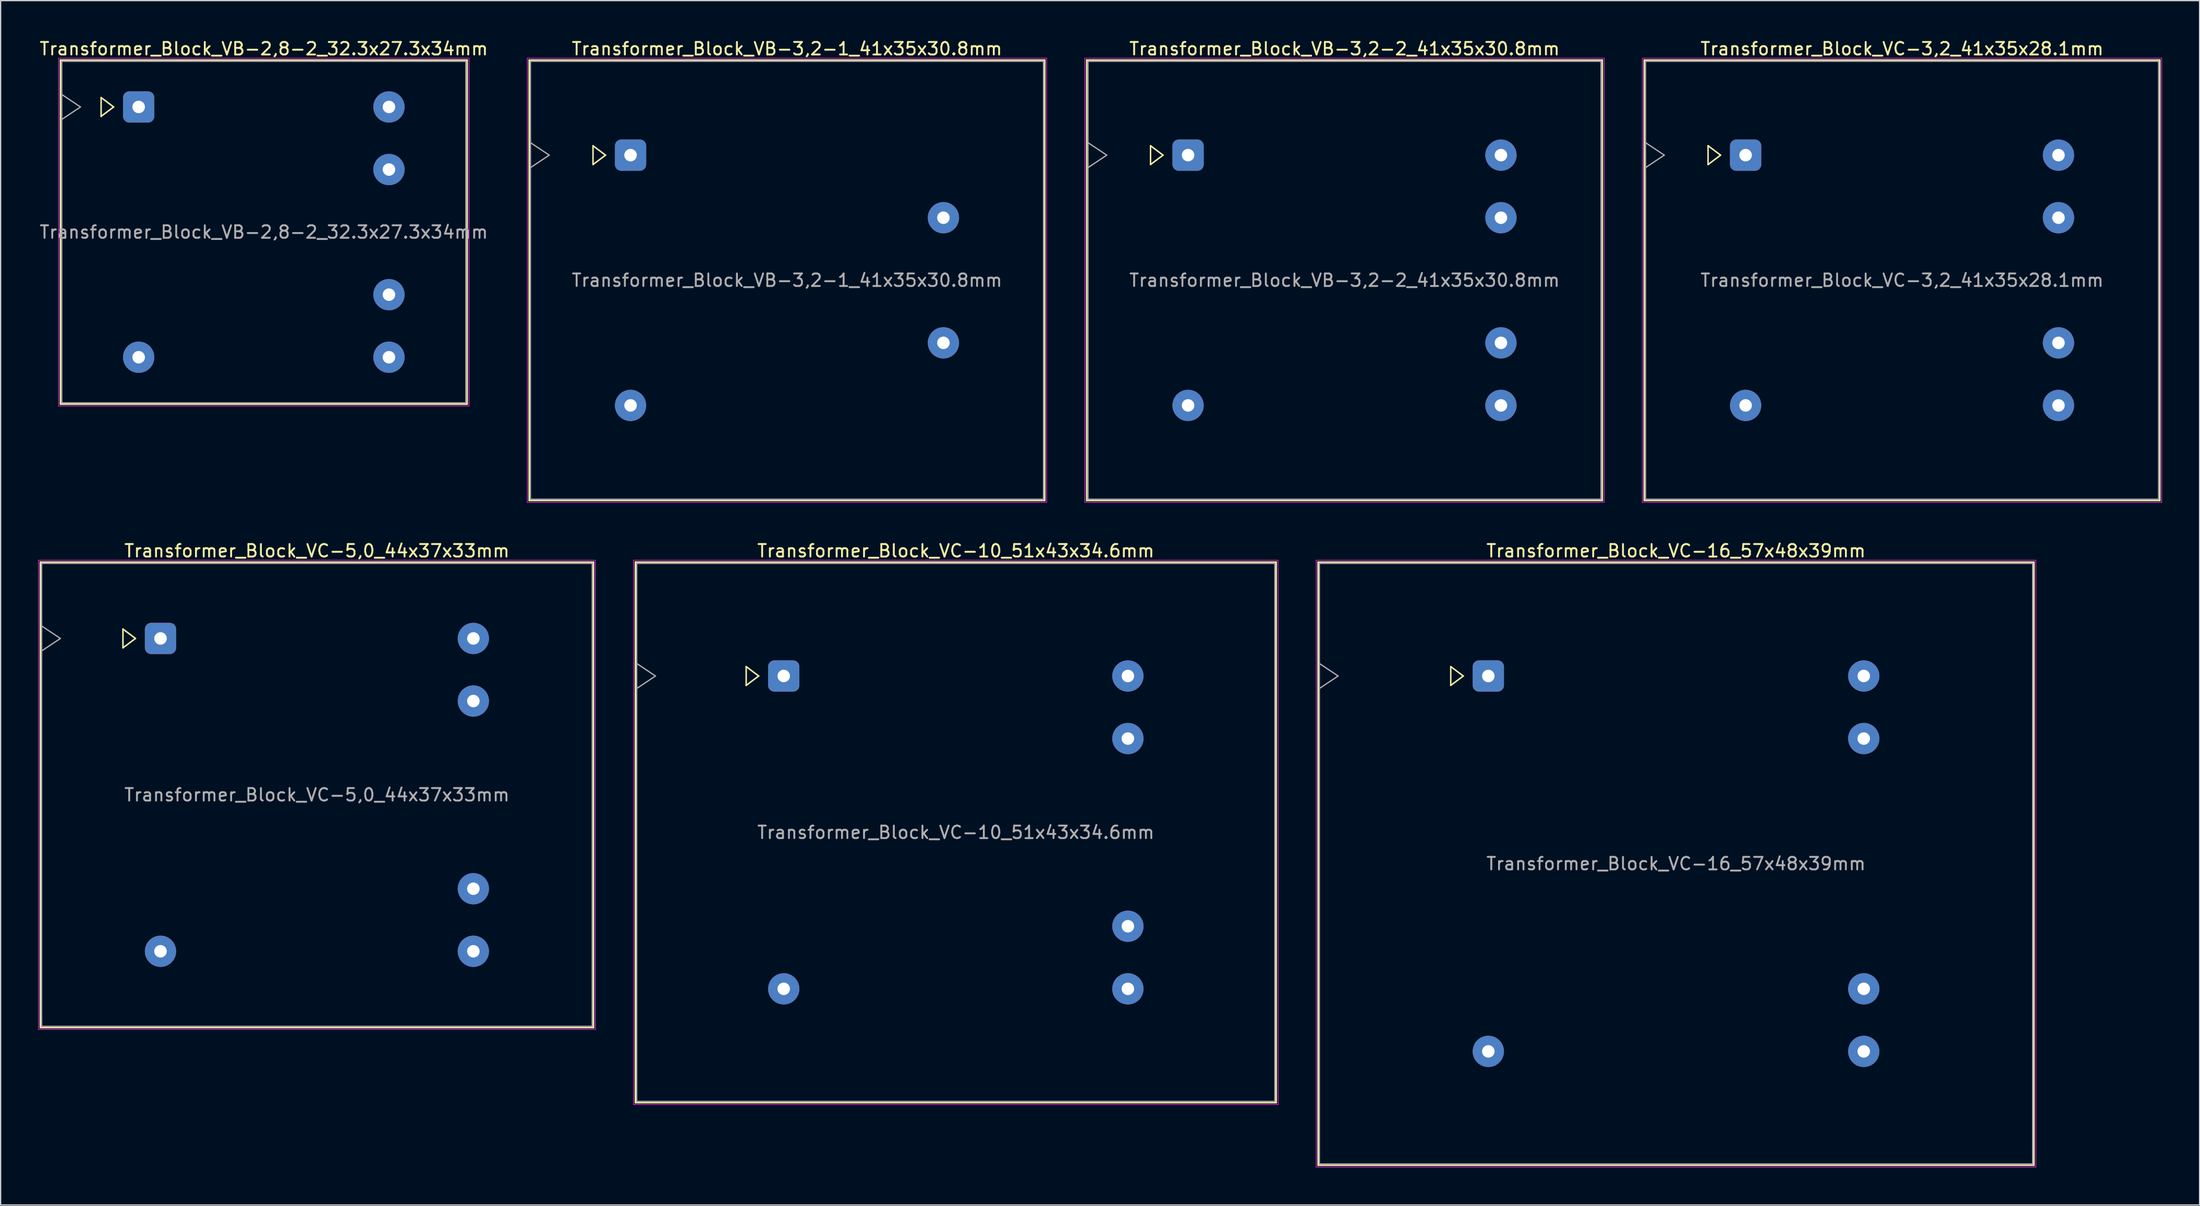
<source format=kicad_pcb>
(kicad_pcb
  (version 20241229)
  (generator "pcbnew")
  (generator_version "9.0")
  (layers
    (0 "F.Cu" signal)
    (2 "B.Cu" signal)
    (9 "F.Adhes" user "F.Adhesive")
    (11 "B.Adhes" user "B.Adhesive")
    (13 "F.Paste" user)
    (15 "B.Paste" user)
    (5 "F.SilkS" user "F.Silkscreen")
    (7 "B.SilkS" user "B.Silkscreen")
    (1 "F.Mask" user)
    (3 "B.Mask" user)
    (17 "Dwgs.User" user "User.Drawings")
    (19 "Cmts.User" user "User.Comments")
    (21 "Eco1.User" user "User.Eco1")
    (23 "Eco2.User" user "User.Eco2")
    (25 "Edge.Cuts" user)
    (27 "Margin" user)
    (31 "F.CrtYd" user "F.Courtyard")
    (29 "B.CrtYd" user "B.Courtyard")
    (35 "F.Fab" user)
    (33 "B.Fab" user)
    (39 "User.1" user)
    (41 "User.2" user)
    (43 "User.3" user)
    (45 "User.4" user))
  (footprint "Transformer_Block_VB-2,8-2_32.3x27.3x34mm"
    (layer "F.Cu")
    (at 8.03 5.498)
    (property "Reference" "Transformer_Block_VB-2,8-2_32.3x27.3x34mm" (at 10 -4.65 0) (layer "F.SilkS") (effects (font (size 1 1) (thickness 0.15))))
    (attr through_hole)
    (fp_line (start -6.25 -3.75) (end -6.25 23.75) (stroke (width 0.12) (type solid)) (layer "F.SilkS"))
    (fp_line (start -6.25 23.75) (end 26.25 23.75) (stroke (width 0.12) (type solid)) (layer "F.SilkS"))
    (fp_line (start -3 -0.75) (end -2 0) (stroke (width 0.12) (type solid)) (layer "F.SilkS"))
    (fp_line (start -3 0.75) (end -3 -0.75) (stroke (width 0.12) (type solid)) (layer "F.SilkS"))
    (fp_line (start -2 0) (end -3 0.75) (stroke (width 0.12) (type solid)) (layer "F.SilkS"))
    (fp_line (start 26.25 -3.75) (end -6.25 -3.75) (stroke (width 0.12) (type solid)) (layer "F.SilkS"))
    (fp_line (start 26.25 23.75) (end 26.25 -3.75) (stroke (width 0.12) (type solid)) (layer "F.SilkS"))
    (fp_line (start -6.4 -3.9) (end -6.4 23.9) (stroke (width 0.05) (type solid)) (layer "F.CrtYd"))
    (fp_line (start -6.4 23.9) (end 26.4 23.9) (stroke (width 0.05) (type solid)) (layer "F.CrtYd"))
    (fp_line (start 26.4 -3.9) (end -6.4 -3.9) (stroke (width 0.05) (type solid)) (layer "F.CrtYd"))
    (fp_line (start 26.4 23.9) (end 26.4 -3.9) (stroke (width 0.05) (type solid)) (layer "F.CrtYd"))
    (fp_line (start -6.15 -3.65) (end -6.15 23.65) (stroke (width 0.1) (type solid)) (layer "F.Fab"))
    (fp_line (start -6.15 -1) (end -4.65 0) (stroke (width 0.1) (type solid)) (layer "F.Fab"))
    (fp_line (start -6.15 23.65) (end 26.15 23.65) (stroke (width 0.1) (type solid)) (layer "F.Fab"))
    (fp_line (start -4.65 0) (end -6.15 1) (stroke (width 0.1) (type solid)) (layer "F.Fab"))
    (fp_line (start 26.15 -3.65) (end -6.15 -3.65) (stroke (width 0.1) (type solid)) (layer "F.Fab"))
    (fp_line (start 26.15 23.65) (end 26.15 -3.65) (stroke (width 0.1) (type solid)) (layer "F.Fab"))
    (fp_text user "${REFERENCE}" (at 10 10 0) (layer "F.Fab") (effects (font (size 1 1) (thickness 0.15))))
    (pad "1" thru_hole roundrect (at 0 0) (size 2.5 2.5) (drill 1) (layers "*.Cu" "*.Mask") (roundrect_rratio 0.2))
    (pad "2" thru_hole circle (at 0 20) (size 2.5 2.5) (drill 1) (layers "*.Cu" "*.Mask"))
    (pad "3" thru_hole circle (at 20 20) (size 2.5 2.5) (drill 1) (layers "*.Cu" "*.Mask"))
    (pad "4" thru_hole circle (at 20 15) (size 2.5 2.5) (drill 1) (layers "*.Cu" "*.Mask"))
    (pad "5" thru_hole circle (at 20 5) (size 2.5 2.5) (drill 1) (layers "*.Cu" "*.Mask"))
    (pad "6" thru_hole circle (at 20 0) (size 2.5 2.5) (drill 1) (layers "*.Cu" "*.Mask")))
  (footprint "Transformer_Block_VC-5,0_44x37x33mm"
    (layer "F.Cu")
    (at 9.775 47.971)
    (property "Reference" "Transformer_Block_VC-5,0_44x37x33mm" (at 12.5 -7 0) (layer "F.SilkS") (effects (font (size 1 1) (thickness 0.15))))
    (attr through_hole)
    (fp_line (start -9.6 -6.1) (end -9.6 31.1) (stroke (width 0.12) (type solid)) (layer "F.SilkS"))
    (fp_line (start -9.6 31.1) (end 34.6 31.1) (stroke (width 0.12) (type solid)) (layer "F.SilkS"))
    (fp_line (start -3 -0.75) (end -2 0) (stroke (width 0.12) (type solid)) (layer "F.SilkS"))
    (fp_line (start -3 0.75) (end -3 -0.75) (stroke (width 0.12) (type solid)) (layer "F.SilkS"))
    (fp_line (start -2 0) (end -3 0.75) (stroke (width 0.12) (type solid)) (layer "F.SilkS"))
    (fp_line (start 34.6 -6.1) (end -9.6 -6.1) (stroke (width 0.12) (type solid)) (layer "F.SilkS"))
    (fp_line (start 34.6 31.1) (end 34.6 -6.1) (stroke (width 0.12) (type solid)) (layer "F.SilkS"))
    (fp_line (start -9.75 -6.25) (end -9.75 31.25) (stroke (width 0.05) (type solid)) (layer "F.CrtYd"))
    (fp_line (start -9.75 31.25) (end 34.75 31.25) (stroke (width 0.05) (type solid)) (layer "F.CrtYd"))
    (fp_line (start 34.75 -6.25) (end -9.75 -6.25) (stroke (width 0.05) (type solid)) (layer "F.CrtYd"))
    (fp_line (start 34.75 31.25) (end 34.75 -6.25) (stroke (width 0.05) (type solid)) (layer "F.CrtYd"))
    (fp_line (start -9.5 -6) (end -9.5 31) (stroke (width 0.1) (type solid)) (layer "F.Fab"))
    (fp_line (start -9.5 -1) (end -8 0) (stroke (width 0.1) (type solid)) (layer "F.Fab"))
    (fp_line (start -9.5 31) (end 34.5 31) (stroke (width 0.1) (type solid)) (layer "F.Fab"))
    (fp_line (start -8 0) (end -9.5 1) (stroke (width 0.1) (type solid)) (layer "F.Fab"))
    (fp_line (start 34.5 -6) (end -9.5 -6) (stroke (width 0.1) (type solid)) (layer "F.Fab"))
    (fp_line (start 34.5 31) (end 34.5 -6) (stroke (width 0.1) (type solid)) (layer "F.Fab"))
    (fp_text user "${REFERENCE}" (at 12.5 12.5 0) (layer "F.Fab") (effects (font (size 1 1) (thickness 0.15))))
    (pad "1" thru_hole roundrect (at 0 0) (size 2.5 2.5) (drill 1) (layers "*.Cu" "*.Mask") (roundrect_rratio 0.2))
    (pad "2" thru_hole circle (at 0 25) (size 2.5 2.5) (drill 1) (layers "*.Cu" "*.Mask"))
    (pad "3" thru_hole circle (at 25 25) (size 2.5 2.5) (drill 1) (layers "*.Cu" "*.Mask"))
    (pad "4" thru_hole circle (at 25 20) (size 2.5 2.5) (drill 1) (layers "*.Cu" "*.Mask"))
    (pad "5" thru_hole circle (at 25 5) (size 2.5 2.5) (drill 1) (layers "*.Cu" "*.Mask"))
    (pad "6" thru_hole circle (at 25 0) (size 2.5 2.5) (drill 1) (layers "*.Cu" "*.Mask")))
  (footprint "Transformer_Block_VC-3,2_41x35x28.1mm"
    (layer "F.Cu")
    (at 136.435 9.348)
    (property "Reference" "Transformer_Block_VC-3,2_41x35x28.1mm" (at 12.5 -8.5 0) (layer "F.SilkS") (effects (font (size 1 1) (thickness 0.15))))
    (attr through_hole)
    (fp_line (start -8.1 -7.6) (end -8.1 27.6) (stroke (width 0.12) (type solid)) (layer "F.SilkS"))
    (fp_line (start -8.1 27.6) (end 33.1 27.6) (stroke (width 0.12) (type solid)) (layer "F.SilkS"))
    (fp_line (start -3 -0.75) (end -2 0) (stroke (width 0.12) (type solid)) (layer "F.SilkS"))
    (fp_line (start -3 0.75) (end -3 -0.75) (stroke (width 0.12) (type solid)) (layer "F.SilkS"))
    (fp_line (start -2 0) (end -3 0.75) (stroke (width 0.12) (type solid)) (layer "F.SilkS"))
    (fp_line (start 33.1 -7.6) (end -8.1 -7.6) (stroke (width 0.12) (type solid)) (layer "F.SilkS"))
    (fp_line (start 33.1 27.6) (end 33.1 -7.6) (stroke (width 0.12) (type solid)) (layer "F.SilkS"))
    (fp_line (start -8.25 -7.75) (end -8.25 27.75) (stroke (width 0.05) (type solid)) (layer "F.CrtYd"))
    (fp_line (start -8.25 27.75) (end 33.25 27.75) (stroke (width 0.05) (type solid)) (layer "F.CrtYd"))
    (fp_line (start 33.25 -7.75) (end -8.25 -7.75) (stroke (width 0.05) (type solid)) (layer "F.CrtYd"))
    (fp_line (start 33.25 27.75) (end 33.25 -7.75) (stroke (width 0.05) (type solid)) (layer "F.CrtYd"))
    (fp_line (start -8 -7.5) (end -8 27.5) (stroke (width 0.1) (type solid)) (layer "F.Fab"))
    (fp_line (start -8 -1) (end -6.5 0) (stroke (width 0.1) (type solid)) (layer "F.Fab"))
    (fp_line (start -8 27.5) (end 33 27.5) (stroke (width 0.1) (type solid)) (layer "F.Fab"))
    (fp_line (start -6.5 0) (end -8 1) (stroke (width 0.1) (type solid)) (layer "F.Fab"))
    (fp_line (start 33 -7.5) (end -8 -7.5) (stroke (width 0.1) (type solid)) (layer "F.Fab"))
    (fp_line (start 33 27.5) (end 33 -7.5) (stroke (width 0.1) (type solid)) (layer "F.Fab"))
    (fp_text user "${REFERENCE}" (at 12.5 10 0) (layer "F.Fab") (effects (font (size 1 1) (thickness 0.15))))
    (pad "1" thru_hole roundrect (at 0 0) (size 2.5 2.5) (drill 1) (layers "*.Cu" "*.Mask") (roundrect_rratio 0.2))
    (pad "2" thru_hole circle (at 0 20) (size 2.5 2.5) (drill 1) (layers "*.Cu" "*.Mask"))
    (pad "3" thru_hole circle (at 25 20) (size 2.5 2.5) (drill 1) (layers "*.Cu" "*.Mask"))
    (pad "4" thru_hole circle (at 25 15) (size 2.5 2.5) (drill 1) (layers "*.Cu" "*.Mask"))
    (pad "5" thru_hole circle (at 25 5) (size 2.5 2.5) (drill 1) (layers "*.Cu" "*.Mask"))
    (pad "6" thru_hole circle (at 25 0) (size 2.5 2.5) (drill 1) (layers "*.Cu" "*.Mask")))
  (footprint "Transformer_Block_VB-3,2-1_41x35x30.8mm"
    (layer "F.Cu")
    (at 47.335 9.348)
    (property "Reference" "Transformer_Block_VB-3,2-1_41x35x30.8mm" (at 12.5 -8.5 0) (layer "F.SilkS") (effects (font (size 1 1) (thickness 0.15))))
    (attr through_hole)
    (fp_line (start -8.1 -7.6) (end -8.1 27.6) (stroke (width 0.12) (type solid)) (layer "F.SilkS"))
    (fp_line (start -8.1 27.6) (end 33.1 27.6) (stroke (width 0.12) (type solid)) (layer "F.SilkS"))
    (fp_line (start -3 -0.75) (end -2 0) (stroke (width 0.12) (type solid)) (layer "F.SilkS"))
    (fp_line (start -3 0.75) (end -3 -0.75) (stroke (width 0.12) (type solid)) (layer "F.SilkS"))
    (fp_line (start -2 0) (end -3 0.75) (stroke (width 0.12) (type solid)) (layer "F.SilkS"))
    (fp_line (start 33.1 -7.6) (end -8.1 -7.6) (stroke (width 0.12) (type solid)) (layer "F.SilkS"))
    (fp_line (start 33.1 27.6) (end 33.1 -7.6) (stroke (width 0.12) (type solid)) (layer "F.SilkS"))
    (fp_line (start -8.25 -7.75) (end -8.25 27.75) (stroke (width 0.05) (type solid)) (layer "F.CrtYd"))
    (fp_line (start -8.25 27.75) (end 33.25 27.75) (stroke (width 0.05) (type solid)) (layer "F.CrtYd"))
    (fp_line (start 33.25 -7.75) (end -8.25 -7.75) (stroke (width 0.05) (type solid)) (layer "F.CrtYd"))
    (fp_line (start 33.25 27.75) (end 33.25 -7.75) (stroke (width 0.05) (type solid)) (layer "F.CrtYd"))
    (fp_line (start -8 -7.5) (end -8 27.5) (stroke (width 0.1) (type solid)) (layer "F.Fab"))
    (fp_line (start -8 -1) (end -6.5 0) (stroke (width 0.1) (type solid)) (layer "F.Fab"))
    (fp_line (start -8 27.5) (end 33 27.5) (stroke (width 0.1) (type solid)) (layer "F.Fab"))
    (fp_line (start -6.5 0) (end -8 1) (stroke (width 0.1) (type solid)) (layer "F.Fab"))
    (fp_line (start 33 -7.5) (end -8 -7.5) (stroke (width 0.1) (type solid)) (layer "F.Fab"))
    (fp_line (start 33 27.5) (end 33 -7.5) (stroke (width 0.1) (type solid)) (layer "F.Fab"))
    (fp_text user "${REFERENCE}" (at 12.5 10 0) (layer "F.Fab") (effects (font (size 1 1) (thickness 0.15))))
    (pad "1" thru_hole roundrect (at 0 0) (size 2.5 2.5) (drill 1) (layers "*.Cu" "*.Mask") (roundrect_rratio 0.2))
    (pad "2" thru_hole circle (at 0 20) (size 2.5 2.5) (drill 1) (layers "*.Cu" "*.Mask"))
    (pad "3" thru_hole circle (at 25 15) (size 2.5 2.5) (drill 1) (layers "*.Cu" "*.Mask"))
    (pad "4" thru_hole circle (at 25 5) (size 2.5 2.5) (drill 1) (layers "*.Cu" "*.Mask")))
  (footprint "Transformer_Block_VB-3,2-2_41x35x30.8mm"
    (layer "F.Cu")
    (at 91.885 9.348)
    (property "Reference" "Transformer_Block_VB-3,2-2_41x35x30.8mm" (at 12.5 -8.5 0) (layer "F.SilkS") (effects (font (size 1 1) (thickness 0.15))))
    (attr through_hole)
    (fp_line (start -8.1 -7.6) (end -8.1 27.6) (stroke (width 0.12) (type solid)) (layer "F.SilkS"))
    (fp_line (start -8.1 27.6) (end 33.1 27.6) (stroke (width 0.12) (type solid)) (layer "F.SilkS"))
    (fp_line (start -3 -0.75) (end -2 0) (stroke (width 0.12) (type solid)) (layer "F.SilkS"))
    (fp_line (start -3 0.75) (end -3 -0.75) (stroke (width 0.12) (type solid)) (layer "F.SilkS"))
    (fp_line (start -2 0) (end -3 0.75) (stroke (width 0.12) (type solid)) (layer "F.SilkS"))
    (fp_line (start 33.1 -7.6) (end -8.1 -7.6) (stroke (width 0.12) (type solid)) (layer "F.SilkS"))
    (fp_line (start 33.1 27.6) (end 33.1 -7.6) (stroke (width 0.12) (type solid)) (layer "F.SilkS"))
    (fp_line (start -8.25 -7.75) (end -8.25 27.75) (stroke (width 0.05) (type solid)) (layer "F.CrtYd"))
    (fp_line (start -8.25 27.75) (end 33.25 27.75) (stroke (width 0.05) (type solid)) (layer "F.CrtYd"))
    (fp_line (start 33.25 -7.75) (end -8.25 -7.75) (stroke (width 0.05) (type solid)) (layer "F.CrtYd"))
    (fp_line (start 33.25 27.75) (end 33.25 -7.75) (stroke (width 0.05) (type solid)) (layer "F.CrtYd"))
    (fp_line (start -8 -7.5) (end -8 27.5) (stroke (width 0.1) (type solid)) (layer "F.Fab"))
    (fp_line (start -8 -1) (end -6.5 0) (stroke (width 0.1) (type solid)) (layer "F.Fab"))
    (fp_line (start -8 27.5) (end 33 27.5) (stroke (width 0.1) (type solid)) (layer "F.Fab"))
    (fp_line (start -6.5 0) (end -8 1) (stroke (width 0.1) (type solid)) (layer "F.Fab"))
    (fp_line (start 33 -7.5) (end -8 -7.5) (stroke (width 0.1) (type solid)) (layer "F.Fab"))
    (fp_line (start 33 27.5) (end 33 -7.5) (stroke (width 0.1) (type solid)) (layer "F.Fab"))
    (fp_text user "${REFERENCE}" (at 12.5 10 0) (layer "F.Fab") (effects (font (size 1 1) (thickness 0.15))))
    (pad "1" thru_hole roundrect (at 0 0) (size 2.5 2.5) (drill 1) (layers "*.Cu" "*.Mask") (roundrect_rratio 0.2))
    (pad "2" thru_hole circle (at 0 20) (size 2.5 2.5) (drill 1) (layers "*.Cu" "*.Mask"))
    (pad "3" thru_hole circle (at 25 20) (size 2.5 2.5) (drill 1) (layers "*.Cu" "*.Mask"))
    (pad "4" thru_hole circle (at 25 15) (size 2.5 2.5) (drill 1) (layers "*.Cu" "*.Mask"))
    (pad "5" thru_hole circle (at 25 5) (size 2.5 2.5) (drill 1) (layers "*.Cu" "*.Mask"))
    (pad "6" thru_hole circle (at 25 0) (size 2.5 2.5) (drill 1) (layers "*.Cu" "*.Mask")))
  (footprint "Transformer_Block_VC-10_51x43x34.6mm"
    (layer "F.Cu")
    (at 59.575 50.971)
    (property "Reference" "Transformer_Block_VC-10_51x43x34.6mm" (at 13.75 -10 0) (layer "F.SilkS") (effects (font (size 1 1) (thickness 0.15))))
    (attr through_hole)
    (fp_line (start -11.85 -9.1) (end -11.85 34.1) (stroke (width 0.12) (type solid)) (layer "F.SilkS"))
    (fp_line (start -11.85 34.1) (end 39.35 34.1) (stroke (width 0.12) (type solid)) (layer "F.SilkS"))
    (fp_line (start -3 -0.75) (end -2 0) (stroke (width 0.12) (type solid)) (layer "F.SilkS"))
    (fp_line (start -3 0.75) (end -3 -0.75) (stroke (width 0.12) (type solid)) (layer "F.SilkS"))
    (fp_line (start -2 0) (end -3 0.75) (stroke (width 0.12) (type solid)) (layer "F.SilkS"))
    (fp_line (start 39.35 -9.1) (end -11.85 -9.1) (stroke (width 0.12) (type solid)) (layer "F.SilkS"))
    (fp_line (start 39.35 34.1) (end 39.35 -9.1) (stroke (width 0.12) (type solid)) (layer "F.SilkS"))
    (fp_line (start -12 -9.25) (end -12 34.25) (stroke (width 0.05) (type solid)) (layer "F.CrtYd"))
    (fp_line (start -12 34.25) (end 39.5 34.25) (stroke (width 0.05) (type solid)) (layer "F.CrtYd"))
    (fp_line (start 39.5 -9.25) (end -12 -9.25) (stroke (width 0.05) (type solid)) (layer "F.CrtYd"))
    (fp_line (start 39.5 34.25) (end 39.5 -9.25) (stroke (width 0.05) (type solid)) (layer "F.CrtYd"))
    (fp_line (start -11.75 -9) (end -11.75 34) (stroke (width 0.1) (type solid)) (layer "F.Fab"))
    (fp_line (start -11.75 -1) (end -10.25 0) (stroke (width 0.1) (type solid)) (layer "F.Fab"))
    (fp_line (start -11.75 34) (end 39.25 34) (stroke (width 0.1) (type solid)) (layer "F.Fab"))
    (fp_line (start -10.25 0) (end -11.75 1) (stroke (width 0.1) (type solid)) (layer "F.Fab"))
    (fp_line (start 39.25 -9) (end -11.75 -9) (stroke (width 0.1) (type solid)) (layer "F.Fab"))
    (fp_line (start 39.25 34) (end 39.25 -9) (stroke (width 0.1) (type solid)) (layer "F.Fab"))
    (fp_text user "${REFERENCE}" (at 13.75 12.5 0) (layer "F.Fab") (effects (font (size 1 1) (thickness 0.15))))
    (pad "1" thru_hole roundrect (at 0 0) (size 2.5 2.5) (drill 1) (layers "*.Cu" "*.Mask") (roundrect_rratio 0.2))
    (pad "2" thru_hole circle (at 0 25) (size 2.5 2.5) (drill 1) (layers "*.Cu" "*.Mask"))
    (pad "3" thru_hole circle (at 27.5 25) (size 2.5 2.5) (drill 1) (layers "*.Cu" "*.Mask"))
    (pad "4" thru_hole circle (at 27.5 20) (size 2.5 2.5) (drill 1) (layers "*.Cu" "*.Mask"))
    (pad "5" thru_hole circle (at 27.5 5) (size 2.5 2.5) (drill 1) (layers "*.Cu" "*.Mask"))
    (pad "6" thru_hole circle (at 27.5 0) (size 2.5 2.5) (drill 1) (layers "*.Cu" "*.Mask")))
  (footprint "Transformer_Block_VC-16_57x48x39mm"
    (layer "F.Cu")
    (at 115.875 50.971)
    (property "Reference" "Transformer_Block_VC-16_57x48x39mm" (at 15 -10 0) (layer "F.SilkS") (effects (font (size 1 1) (thickness 0.15))))
    (attr through_hole)
    (fp_line (start -13.6 -9.1) (end -13.6 39.1) (stroke (width 0.12) (type solid)) (layer "F.SilkS"))
    (fp_line (start -13.6 39.1) (end 43.6 39.1) (stroke (width 0.12) (type solid)) (layer "F.SilkS"))
    (fp_line (start -3 -0.75) (end -2 0) (stroke (width 0.12) (type solid)) (layer "F.SilkS"))
    (fp_line (start -3 0.75) (end -3 -0.75) (stroke (width 0.12) (type solid)) (layer "F.SilkS"))
    (fp_line (start -2 0) (end -3 0.75) (stroke (width 0.12) (type solid)) (layer "F.SilkS"))
    (fp_line (start 43.6 -9.1) (end -13.6 -9.1) (stroke (width 0.12) (type solid)) (layer "F.SilkS"))
    (fp_line (start 43.6 39.1) (end 43.6 -9.1) (stroke (width 0.12) (type solid)) (layer "F.SilkS"))
    (fp_line (start -13.75 -9.25) (end -13.75 39.25) (stroke (width 0.05) (type solid)) (layer "F.CrtYd"))
    (fp_line (start -13.75 39.25) (end 43.75 39.25) (stroke (width 0.05) (type solid)) (layer "F.CrtYd"))
    (fp_line (start 43.75 -9.25) (end -13.75 -9.25) (stroke (width 0.05) (type solid)) (layer "F.CrtYd"))
    (fp_line (start 43.75 39.25) (end 43.75 -9.25) (stroke (width 0.05) (type solid)) (layer "F.CrtYd"))
    (fp_line (start -13.5 -9) (end -13.5 39) (stroke (width 0.1) (type solid)) (layer "F.Fab"))
    (fp_line (start -13.5 -1) (end -12 0) (stroke (width 0.1) (type solid)) (layer "F.Fab"))
    (fp_line (start -13.5 39) (end 43.5 39) (stroke (width 0.1) (type solid)) (layer "F.Fab"))
    (fp_line (start -12 0) (end -13.5 1) (stroke (width 0.1) (type solid)) (layer "F.Fab"))
    (fp_line (start 43.5 -9) (end -13.5 -9) (stroke (width 0.1) (type solid)) (layer "F.Fab"))
    (fp_line (start 43.5 39) (end 43.5 -9) (stroke (width 0.1) (type solid)) (layer "F.Fab"))
    (fp_text user "${REFERENCE}" (at 15 15 0) (layer "F.Fab") (effects (font (size 1 1) (thickness 0.15))))
    (pad "1" thru_hole roundrect (at 0 0) (size 2.5 2.5) (drill 1) (layers "*.Cu" "*.Mask") (roundrect_rratio 0.2))
    (pad "2" thru_hole circle (at 0 30) (size 2.5 2.5) (drill 1) (layers "*.Cu" "*.Mask"))
    (pad "3" thru_hole circle (at 30 30) (size 2.5 2.5) (drill 1) (layers "*.Cu" "*.Mask"))
    (pad "4" thru_hole circle (at 30 25) (size 2.5 2.5) (drill 1) (layers "*.Cu" "*.Mask"))
    (pad "5" thru_hole circle (at 30 5) (size 2.5 2.5) (drill 1) (layers "*.Cu" "*.Mask"))
    (pad "6" thru_hole circle (at 30 0) (size 2.5 2.5) (drill 1) (layers "*.Cu" "*.Mask")))
  (gr_rect
    (start -3 -3)
    (end 172.71 93.246)
    (stroke (width 0.1) (type default))
    (fill no)
    (layer "Edge.Cuts")))
</source>
